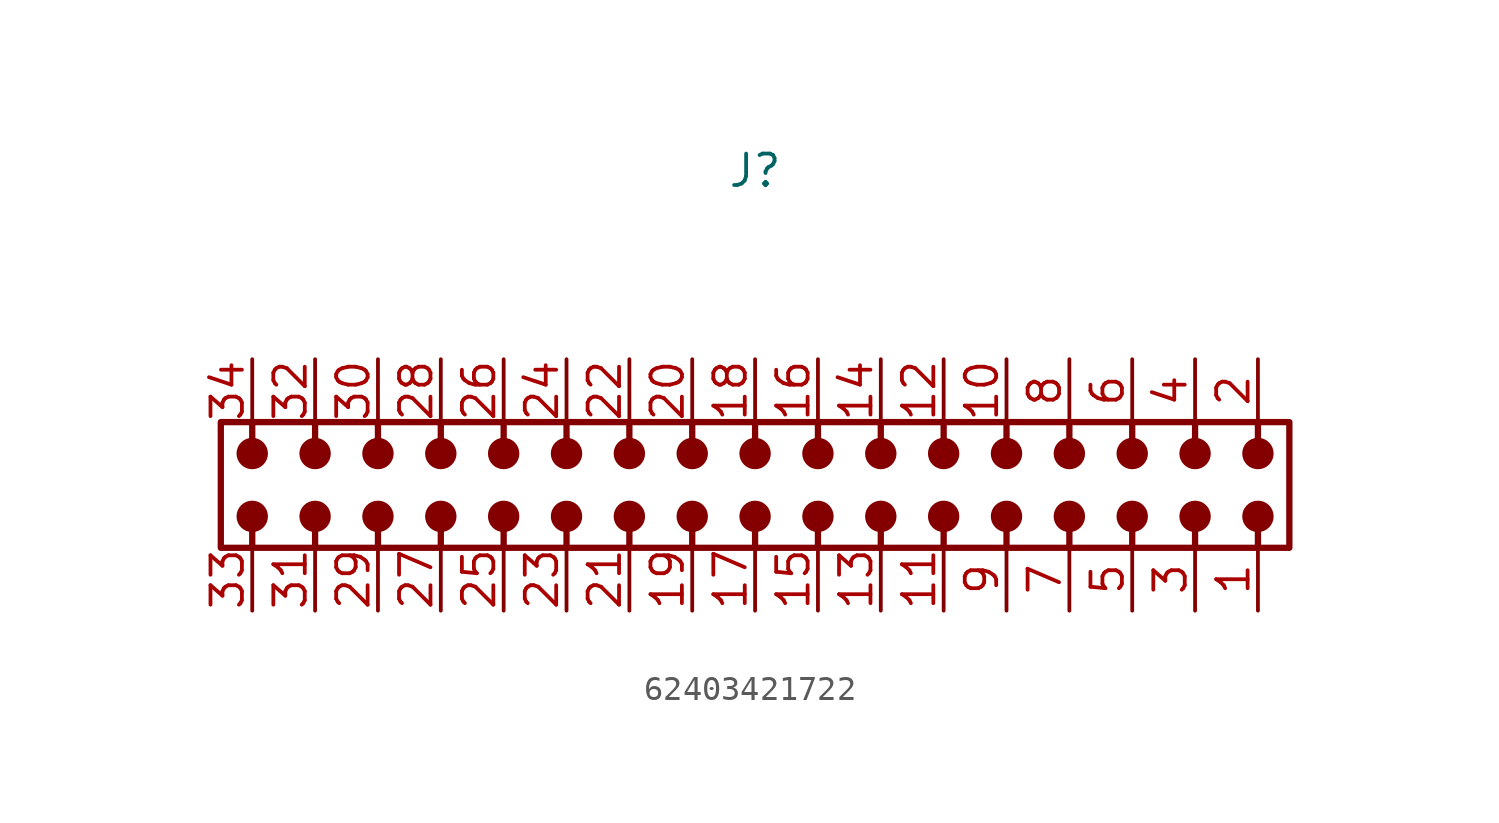
<source format=kicad_sym>
(kicad_symbol_lib
  (version 20241209)
  (generator "kicad_symbol_editor")
  (generator_version "9.0")
  (symbol "62403421722"
    (pin_names
      (hide yes))
    (property "Reference" "J"
      (at 0 12.7 0)
      (effects (font (size 1.27 1.27))))
    (symbol "62403421722_1_1"
      (rectangle (start -21.59 2.54) (end 21.59 -2.54) (stroke (width 0.254) (type solid)) (fill (type none)))
      (polyline (pts (xy -20.32 1.778) (xy -20.32 2.54)) (stroke (width 0.254) (type solid)) (fill (type none)))
      (circle (center -20.32 1.27) (radius 0.508) (stroke (width 0.254) (type solid)) (fill (type outline)))
      (circle (center -20.32 -1.27) (radius 0.508) (stroke (width 0.254) (type solid)) (fill (type outline)))
      (polyline (pts (xy -20.32 -1.778) (xy -20.32 -2.54)) (stroke (width 0.254) (type solid)) (fill (type none)))
      (polyline (pts (xy -17.78 1.778) (xy -17.78 2.54)) (stroke (width 0.254) (type solid)) (fill (type none)))
      (circle (center -17.78 1.27) (radius 0.508) (stroke (width 0.254) (type solid)) (fill (type outline)))
      (circle (center -17.78 -1.27) (radius 0.508) (stroke (width 0.254) (type solid)) (fill (type outline)))
      (polyline (pts (xy -17.78 -1.778) (xy -17.78 -2.54)) (stroke (width 0.254) (type solid)) (fill (type none)))
      (polyline (pts (xy -15.24 1.778) (xy -15.24 2.54)) (stroke (width 0.254) (type solid)) (fill (type none)))
      (circle (center -15.24 1.27) (radius 0.508) (stroke (width 0.254) (type solid)) (fill (type outline)))
      (circle (center -15.24 -1.27) (radius 0.508) (stroke (width 0.254) (type solid)) (fill (type outline)))
      (polyline (pts (xy -15.24 -1.778) (xy -15.24 -2.54)) (stroke (width 0.254) (type solid)) (fill (type none)))
      (polyline (pts (xy -12.7 1.778) (xy -12.7 2.54)) (stroke (width 0.254) (type solid)) (fill (type none)))
      (circle (center -12.7 1.27) (radius 0.508) (stroke (width 0.254) (type solid)) (fill (type outline)))
      (circle (center -12.7 -1.27) (radius 0.508) (stroke (width 0.254) (type solid)) (fill (type outline)))
      (polyline (pts (xy -12.7 -1.778) (xy -12.7 -2.54)) (stroke (width 0.254) (type solid)) (fill (type none)))
      (polyline (pts (xy -10.16 1.778) (xy -10.16 2.54)) (stroke (width 0.254) (type solid)) (fill (type none)))
      (circle (center -10.16 1.27) (radius 0.508) (stroke (width 0.254) (type solid)) (fill (type outline)))
      (circle (center -10.16 -1.27) (radius 0.508) (stroke (width 0.254) (type solid)) (fill (type outline)))
      (polyline (pts (xy -10.16 -1.778) (xy -10.16 -2.54)) (stroke (width 0.254) (type solid)) (fill (type none)))
      (polyline (pts (xy -7.62 1.778) (xy -7.62 2.54)) (stroke (width 0.254) (type solid)) (fill (type none)))
      (circle (center -7.62 1.27) (radius 0.508) (stroke (width 0.254) (type solid)) (fill (type outline)))
      (circle (center -7.62 -1.27) (radius 0.508) (stroke (width 0.254) (type solid)) (fill (type outline)))
      (polyline (pts (xy -7.62 -1.778) (xy -7.62 -2.54)) (stroke (width 0.254) (type solid)) (fill (type none)))
      (polyline (pts (xy -5.08 1.778) (xy -5.08 2.54)) (stroke (width 0.254) (type solid)) (fill (type none)))
      (circle (center -5.08 1.27) (radius 0.508) (stroke (width 0.254) (type solid)) (fill (type outline)))
      (circle (center -5.08 -1.27) (radius 0.508) (stroke (width 0.254) (type solid)) (fill (type outline)))
      (polyline (pts (xy -5.08 -1.778) (xy -5.08 -2.54)) (stroke (width 0.254) (type solid)) (fill (type none)))
      (polyline (pts (xy -2.54 1.778) (xy -2.54 2.54)) (stroke (width 0.254) (type solid)) (fill (type none)))
      (circle (center -2.54 1.27) (radius 0.508) (stroke (width 0.254) (type solid)) (fill (type outline)))
      (circle (center -2.54 -1.27) (radius 0.508) (stroke (width 0.254) (type solid)) (fill (type outline)))
      (polyline (pts (xy -2.54 -1.778) (xy -2.54 -2.54)) (stroke (width 0.254) (type solid)) (fill (type none)))
      (polyline (pts (xy 0 1.778) (xy 0 2.54)) (stroke (width 0.254) (type solid)) (fill (type none)))
      (circle (center 0 1.27) (radius 0.508) (stroke (width 0.254) (type solid)) (fill (type outline)))
      (circle (center 0 -1.27) (radius 0.508) (stroke (width 0.254) (type solid)) (fill (type outline)))
      (polyline (pts (xy 0 -1.778) (xy 0 -2.54)) (stroke (width 0.254) (type solid)) (fill (type none)))
      (polyline (pts (xy 2.54 1.778) (xy 2.54 2.54)) (stroke (width 0.254) (type solid)) (fill (type none)))
      (circle (center 2.54 1.27) (radius 0.508) (stroke (width 0.254) (type solid)) (fill (type outline)))
      (circle (center 2.54 -1.27) (radius 0.508) (stroke (width 0.254) (type solid)) (fill (type outline)))
      (polyline (pts (xy 2.54 -1.778) (xy 2.54 -2.54)) (stroke (width 0.254) (type solid)) (fill (type none)))
      (polyline (pts (xy 5.08 1.778) (xy 5.08 2.54)) (stroke (width 0.254) (type solid)) (fill (type none)))
      (circle (center 5.08 1.27) (radius 0.508) (stroke (width 0.254) (type solid)) (fill (type outline)))
      (circle (center 5.08 -1.27) (radius 0.508) (stroke (width 0.254) (type solid)) (fill (type outline)))
      (polyline (pts (xy 5.08 -1.778) (xy 5.08 -2.54)) (stroke (width 0.254) (type solid)) (fill (type none)))
      (polyline (pts (xy 7.62 1.778) (xy 7.62 2.54)) (stroke (width 0.254) (type solid)) (fill (type none)))
      (circle (center 7.62 1.27) (radius 0.508) (stroke (width 0.254) (type solid)) (fill (type outline)))
      (circle (center 7.62 -1.27) (radius 0.508) (stroke (width 0.254) (type solid)) (fill (type outline)))
      (polyline (pts (xy 7.62 -1.778) (xy 7.62 -2.54)) (stroke (width 0.254) (type solid)) (fill (type none)))
      (polyline (pts (xy 10.16 1.778) (xy 10.16 2.54)) (stroke (width 0.254) (type solid)) (fill (type none)))
      (circle (center 10.16 1.27) (radius 0.508) (stroke (width 0.254) (type solid)) (fill (type outline)))
      (circle (center 10.16 -1.27) (radius 0.508) (stroke (width 0.254) (type solid)) (fill (type outline)))
      (polyline (pts (xy 10.16 -1.778) (xy 10.16 -2.54)) (stroke (width 0.254) (type solid)) (fill (type none)))
      (polyline (pts (xy 12.7 1.778) (xy 12.7 2.54)) (stroke (width 0.254) (type solid)) (fill (type none)))
      (circle (center 12.7 1.27) (radius 0.508) (stroke (width 0.254) (type solid)) (fill (type outline)))
      (circle (center 12.7 -1.27) (radius 0.508) (stroke (width 0.254) (type solid)) (fill (type outline)))
      (polyline (pts (xy 12.7 -1.778) (xy 12.7 -2.54)) (stroke (width 0.254) (type solid)) (fill (type none)))
      (polyline (pts (xy 15.24 1.778) (xy 15.24 2.54)) (stroke (width 0.254) (type solid)) (fill (type none)))
      (circle (center 15.24 1.27) (radius 0.508) (stroke (width 0.254) (type solid)) (fill (type outline)))
      (circle (center 15.24 -1.27) (radius 0.508) (stroke (width 0.254) (type solid)) (fill (type outline)))
      (polyline (pts (xy 15.24 -1.778) (xy 15.24 -2.54)) (stroke (width 0.254) (type solid)) (fill (type none)))
      (polyline (pts (xy 17.78 1.778) (xy 17.78 2.54)) (stroke (width 0.254) (type solid)) (fill (type none)))
      (circle (center 17.78 1.27) (radius 0.508) (stroke (width 0.254) (type solid)) (fill (type outline)))
      (circle (center 17.78 -1.27) (radius 0.508) (stroke (width 0.254) (type solid)) (fill (type outline)))
      (polyline (pts (xy 17.78 -1.778) (xy 17.78 -2.54)) (stroke (width 0.254) (type solid)) (fill (type none)))
      (polyline (pts (xy 20.32 1.778) (xy 20.32 2.54)) (stroke (width 0.254) (type solid)) (fill (type none)))
      (circle (center 20.32 1.27) (radius 0.508) (stroke (width 0.254) (type solid)) (fill (type outline)))
      (circle (center 20.32 -1.27) (radius 0.508) (stroke (width 0.254) (type solid)) (fill (type outline)))
      (polyline (pts (xy 20.32 -1.778) (xy 20.32 -2.54)) (stroke (width 0.254) (type solid)) (fill (type none)))
      (pin passive line (at -20.32 5.08 270) (length 2.54) (name "34" (effects (font (size 1.27 1.27)))) (number "34" (effects (font (size 1.27 1.27)))))
      (pin passive line (at -20.32 -5.08 90) (length 2.54) (name "33" (effects (font (size 1.27 1.27)))) (number "33" (effects (font (size 1.27 1.27)))))
      (pin passive line (at -17.78 5.08 270) (length 2.54) (name "32" (effects (font (size 1.27 1.27)))) (number "32" (effects (font (size 1.27 1.27)))))
      (pin passive line (at -17.78 -5.08 90) (length 2.54) (name "31" (effects (font (size 1.27 1.27)))) (number "31" (effects (font (size 1.27 1.27)))))
      (pin passive line (at -15.24 5.08 270) (length 2.54) (name "30" (effects (font (size 1.27 1.27)))) (number "30" (effects (font (size 1.27 1.27)))))
      (pin passive line (at -15.24 -5.08 90) (length 2.54) (name "29" (effects (font (size 1.27 1.27)))) (number "29" (effects (font (size 1.27 1.27)))))
      (pin passive line (at -12.7 5.08 270) (length 2.54) (name "28" (effects (font (size 1.27 1.27)))) (number "28" (effects (font (size 1.27 1.27)))))
      (pin passive line (at -12.7 -5.08 90) (length 2.54) (name "27" (effects (font (size 1.27 1.27)))) (number "27" (effects (font (size 1.27 1.27)))))
      (pin passive line (at -10.16 5.08 270) (length 2.54) (name "26" (effects (font (size 1.27 1.27)))) (number "26" (effects (font (size 1.27 1.27)))))
      (pin passive line (at -10.16 -5.08 90) (length 2.54) (name "25" (effects (font (size 1.27 1.27)))) (number "25" (effects (font (size 1.27 1.27)))))
      (pin passive line (at -7.62 5.08 270) (length 2.54) (name "24" (effects (font (size 1.27 1.27)))) (number "24" (effects (font (size 1.27 1.27)))))
      (pin passive line (at -7.62 -5.08 90) (length 2.54) (name "23" (effects (font (size 1.27 1.27)))) (number "23" (effects (font (size 1.27 1.27)))))
      (pin passive line (at -5.08 5.08 270) (length 2.54) (name "22" (effects (font (size 1.27 1.27)))) (number "22" (effects (font (size 1.27 1.27)))))
      (pin passive line (at -5.08 -5.08 90) (length 2.54) (name "21" (effects (font (size 1.27 1.27)))) (number "21" (effects (font (size 1.27 1.27)))))
      (pin passive line (at -2.54 5.08 270) (length 2.54) (name "20" (effects (font (size 1.27 1.27)))) (number "20" (effects (font (size 1.27 1.27)))))
      (pin passive line (at -2.54 -5.08 90) (length 2.54) (name "19" (effects (font (size 1.27 1.27)))) (number "19" (effects (font (size 1.27 1.27)))))
      (pin passive line (at 0 5.08 270) (length 2.54) (name "18" (effects (font (size 1.27 1.27)))) (number "18" (effects (font (size 1.27 1.27)))))
      (pin passive line (at 0 -5.08 90) (length 2.54) (name "17" (effects (font (size 1.27 1.27)))) (number "17" (effects (font (size 1.27 1.27)))))
      (pin passive line (at 2.54 5.08 270) (length 2.54) (name "16" (effects (font (size 1.27 1.27)))) (number "16" (effects (font (size 1.27 1.27)))))
      (pin passive line (at 2.54 -5.08 90) (length 2.54) (name "15" (effects (font (size 1.27 1.27)))) (number "15" (effects (font (size 1.27 1.27)))))
      (pin passive line (at 5.08 5.08 270) (length 2.54) (name "14" (effects (font (size 1.27 1.27)))) (number "14" (effects (font (size 1.27 1.27)))))
      (pin passive line (at 5.08 -5.08 90) (length 2.54) (name "13" (effects (font (size 1.27 1.27)))) (number "13" (effects (font (size 1.27 1.27)))))
      (pin passive line (at 7.62 5.08 270) (length 2.54) (name "12" (effects (font (size 1.27 1.27)))) (number "12" (effects (font (size 1.27 1.27)))))
      (pin passive line (at 7.62 -5.08 90) (length 2.54) (name "11" (effects (font (size 1.27 1.27)))) (number "11" (effects (font (size 1.27 1.27)))))
      (pin passive line (at 10.16 5.08 270) (length 2.54) (name "10" (effects (font (size 1.27 1.27)))) (number "10" (effects (font (size 1.27 1.27)))))
      (pin passive line (at 10.16 -5.08 90) (length 2.54) (name "9" (effects (font (size 1.27 1.27)))) (number "9" (effects (font (size 1.27 1.27)))))
      (pin passive line (at 12.7 5.08 270) (length 2.54) (name "8" (effects (font (size 1.27 1.27)))) (number "8" (effects (font (size 1.27 1.27)))))
      (pin passive line (at 12.7 -5.08 90) (length 2.54) (name "7" (effects (font (size 1.27 1.27)))) (number "7" (effects (font (size 1.27 1.27)))))
      (pin passive line (at 15.24 5.08 270) (length 2.54) (name "6" (effects (font (size 1.27 1.27)))) (number "6" (effects (font (size 1.27 1.27)))))
      (pin passive line (at 15.24 -5.08 90) (length 2.54) (name "5" (effects (font (size 1.27 1.27)))) (number "5" (effects (font (size 1.27 1.27)))))
      (pin passive line (at 17.78 5.08 270) (length 2.54) (name "4" (effects (font (size 1.27 1.27)))) (number "4" (effects (font (size 1.27 1.27)))))
      (pin passive line (at 17.78 -5.08 90) (length 2.54) (name "3" (effects (font (size 1.27 1.27)))) (number "3" (effects (font (size 1.27 1.27)))))
      (pin passive line (at 20.32 5.08 270) (length 2.54) (name "2" (effects (font (size 1.27 1.27)))) (number "2" (effects (font (size 1.27 1.27)))))
      (pin passive line (at 20.32 -5.08 90) (length 2.54) (name "1" (effects (font (size 1.27 1.27)))) (number "1" (effects (font (size 1.27 1.27))))))))
</source>
